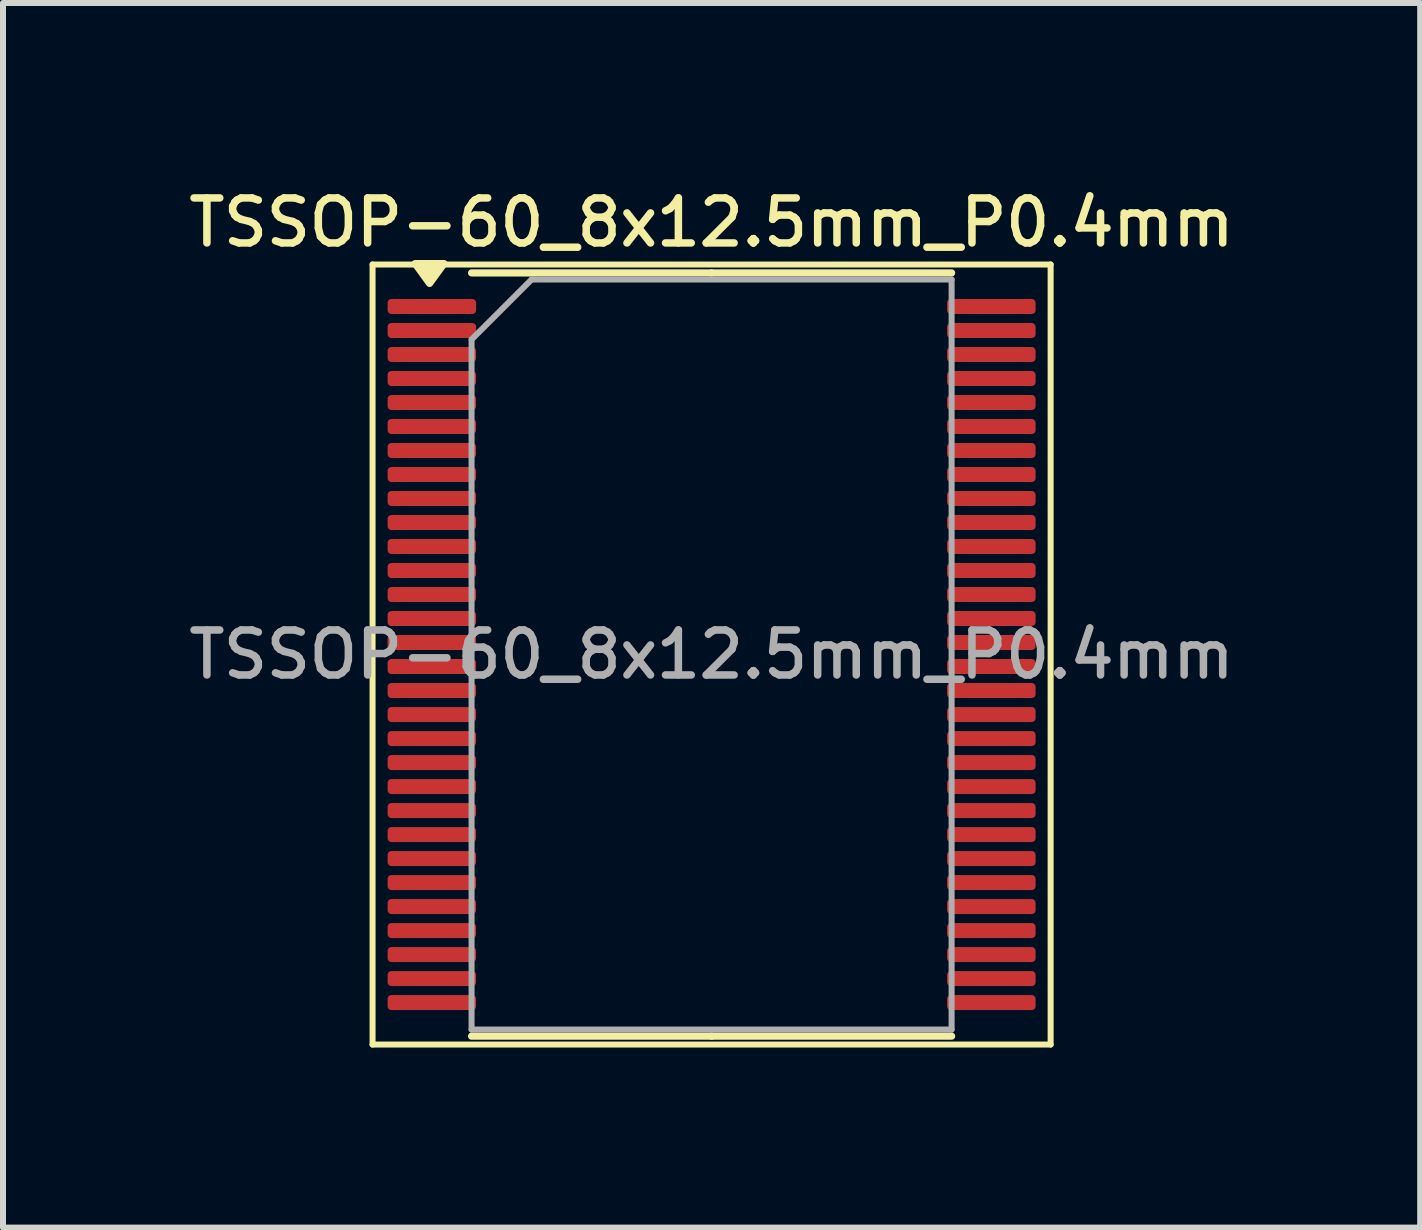
<source format=kicad_pcb>
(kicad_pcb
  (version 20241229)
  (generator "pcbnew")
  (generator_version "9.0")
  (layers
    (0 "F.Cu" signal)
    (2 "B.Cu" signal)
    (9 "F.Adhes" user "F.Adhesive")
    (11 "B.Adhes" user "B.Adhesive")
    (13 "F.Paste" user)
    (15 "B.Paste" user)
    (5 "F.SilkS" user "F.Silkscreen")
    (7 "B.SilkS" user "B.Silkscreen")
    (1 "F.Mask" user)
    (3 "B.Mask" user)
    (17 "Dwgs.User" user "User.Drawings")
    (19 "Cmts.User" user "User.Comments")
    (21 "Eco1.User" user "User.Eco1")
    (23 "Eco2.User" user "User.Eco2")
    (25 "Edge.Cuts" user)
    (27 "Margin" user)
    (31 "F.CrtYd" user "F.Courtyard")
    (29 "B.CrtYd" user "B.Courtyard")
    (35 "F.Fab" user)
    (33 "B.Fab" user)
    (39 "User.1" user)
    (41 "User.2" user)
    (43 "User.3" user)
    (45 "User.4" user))
  (footprint "TSSOP-60_8x12.5mm_P0.4mm"
    (layer "F.Cu")
    (at 8.809 7.858)
    (property "Reference" "TSSOP-60_8x12.5mm_P0.4mm" (at 0 -7.2 0) (layer "F.SilkS") (effects (font (size 0.75 0.75) (thickness 0.125))))
    (attr smd)
    (fp_line (start -5.65 -6.5) (end -5.65 6.5) (stroke (width 0.1) (type solid)) (layer "F.SilkS"))
    (fp_line (start -5.65 6.5) (end 5.65 6.5) (stroke (width 0.1) (type solid)) (layer "F.SilkS"))
    (fp_line (start 0 -6.36) (end -4 -6.36) (stroke (width 0.12) (type solid)) (layer "F.SilkS"))
    (fp_line (start 0 -6.36) (end 4 -6.36) (stroke (width 0.12) (type solid)) (layer "F.SilkS"))
    (fp_line (start 0 6.36) (end -4 6.36) (stroke (width 0.12) (type solid)) (layer "F.SilkS"))
    (fp_line (start 0 6.36) (end 4 6.36) (stroke (width 0.12) (type solid)) (layer "F.SilkS"))
    (fp_line (start 5.65 -6.5) (end -5.65 -6.5) (stroke (width 0.1) (type solid)) (layer "F.SilkS"))
    (fp_line (start 5.65 6.5) (end 5.65 -6.5) (stroke (width 0.1) (type solid)) (layer "F.SilkS"))
    (fp_poly (pts (xy -4.7 -6.185) (xy -4.94 -6.515) (xy -4.46 -6.515) (xy -4.7 -6.185)) (stroke (width 0.12) (type solid)) (fill yes) (layer "F.SilkS"))
    (fp_line (start -4 -5.25) (end -3 -6.25) (stroke (width 0.1) (type solid)) (layer "F.Fab"))
    (fp_line (start -4 6.25) (end -4 -5.25) (stroke (width 0.1) (type solid)) (layer "F.Fab"))
    (fp_line (start -3 -6.25) (end 4 -6.25) (stroke (width 0.1) (type solid)) (layer "F.Fab"))
    (fp_line (start 4 -6.25) (end 4 6.25) (stroke (width 0.1) (type solid)) (layer "F.Fab"))
    (fp_line (start 4 6.25) (end -4 6.25) (stroke (width 0.1) (type solid)) (layer "F.Fab"))
    (fp_text user "${REFERENCE}" (at 0 0 0) (layer "F.Fab") (effects (font (size 0.75 0.75) (thickness 0.125))))
    (pad "1" smd roundrect (at -4.662 -5.8) (size 1.475 0.25) (layers "F.Cu" "F.Mask" "F.Paste") (roundrect_rratio 0.25))
    (pad "2" smd roundrect (at -4.662 -5.4) (size 1.475 0.25) (layers "F.Cu" "F.Mask" "F.Paste") (roundrect_rratio 0.25))
    (pad "3" smd roundrect (at -4.662 -5) (size 1.475 0.25) (layers "F.Cu" "F.Mask" "F.Paste") (roundrect_rratio 0.25))
    (pad "4" smd roundrect (at -4.662 -4.6) (size 1.475 0.25) (layers "F.Cu" "F.Mask" "F.Paste") (roundrect_rratio 0.25))
    (pad "5" smd roundrect (at -4.662 -4.2) (size 1.475 0.25) (layers "F.Cu" "F.Mask" "F.Paste") (roundrect_rratio 0.25))
    (pad "6" smd roundrect (at -4.662 -3.8) (size 1.475 0.25) (layers "F.Cu" "F.Mask" "F.Paste") (roundrect_rratio 0.25))
    (pad "7" smd roundrect (at -4.662 -3.4) (size 1.475 0.25) (layers "F.Cu" "F.Mask" "F.Paste") (roundrect_rratio 0.25))
    (pad "8" smd roundrect (at -4.662 -3) (size 1.475 0.25) (layers "F.Cu" "F.Mask" "F.Paste") (roundrect_rratio 0.25))
    (pad "9" smd roundrect (at -4.662 -2.6) (size 1.475 0.25) (layers "F.Cu" "F.Mask" "F.Paste") (roundrect_rratio 0.25))
    (pad "10" smd roundrect (at -4.662 -2.2) (size 1.475 0.25) (layers "F.Cu" "F.Mask" "F.Paste") (roundrect_rratio 0.25))
    (pad "11" smd roundrect (at -4.662 -1.8) (size 1.475 0.25) (layers "F.Cu" "F.Mask" "F.Paste") (roundrect_rratio 0.25))
    (pad "12" smd roundrect (at -4.662 -1.4) (size 1.475 0.25) (layers "F.Cu" "F.Mask" "F.Paste") (roundrect_rratio 0.25))
    (pad "13" smd roundrect (at -4.662 -1) (size 1.475 0.25) (layers "F.Cu" "F.Mask" "F.Paste") (roundrect_rratio 0.25))
    (pad "14" smd roundrect (at -4.662 -0.6) (size 1.475 0.25) (layers "F.Cu" "F.Mask" "F.Paste") (roundrect_rratio 0.25))
    (pad "15" smd roundrect (at -4.662 -0.2) (size 1.475 0.25) (layers "F.Cu" "F.Mask" "F.Paste") (roundrect_rratio 0.25))
    (pad "16" smd roundrect (at -4.662 0.2) (size 1.475 0.25) (layers "F.Cu" "F.Mask" "F.Paste") (roundrect_rratio 0.25))
    (pad "17" smd roundrect (at -4.662 0.6) (size 1.475 0.25) (layers "F.Cu" "F.Mask" "F.Paste") (roundrect_rratio 0.25))
    (pad "18" smd roundrect (at -4.662 1) (size 1.475 0.25) (layers "F.Cu" "F.Mask" "F.Paste") (roundrect_rratio 0.25))
    (pad "19" smd roundrect (at -4.662 1.4) (size 1.475 0.25) (layers "F.Cu" "F.Mask" "F.Paste") (roundrect_rratio 0.25))
    (pad "20" smd roundrect (at -4.662 1.8) (size 1.475 0.25) (layers "F.Cu" "F.Mask" "F.Paste") (roundrect_rratio 0.25))
    (pad "21" smd roundrect (at -4.662 2.2) (size 1.475 0.25) (layers "F.Cu" "F.Mask" "F.Paste") (roundrect_rratio 0.25))
    (pad "22" smd roundrect (at -4.662 2.6) (size 1.475 0.25) (layers "F.Cu" "F.Mask" "F.Paste") (roundrect_rratio 0.25))
    (pad "23" smd roundrect (at -4.662 3) (size 1.475 0.25) (layers "F.Cu" "F.Mask" "F.Paste") (roundrect_rratio 0.25))
    (pad "24" smd roundrect (at -4.662 3.4) (size 1.475 0.25) (layers "F.Cu" "F.Mask" "F.Paste") (roundrect_rratio 0.25))
    (pad "25" smd roundrect (at -4.662 3.8) (size 1.475 0.25) (layers "F.Cu" "F.Mask" "F.Paste") (roundrect_rratio 0.25))
    (pad "26" smd roundrect (at -4.662 4.2) (size 1.475 0.25) (layers "F.Cu" "F.Mask" "F.Paste") (roundrect_rratio 0.25))
    (pad "27" smd roundrect (at -4.662 4.6) (size 1.475 0.25) (layers "F.Cu" "F.Mask" "F.Paste") (roundrect_rratio 0.25))
    (pad "28" smd roundrect (at -4.662 5) (size 1.475 0.25) (layers "F.Cu" "F.Mask" "F.Paste") (roundrect_rratio 0.25))
    (pad "29" smd roundrect (at -4.662 5.4) (size 1.475 0.25) (layers "F.Cu" "F.Mask" "F.Paste") (roundrect_rratio 0.25))
    (pad "30" smd roundrect (at -4.662 5.8) (size 1.475 0.25) (layers "F.Cu" "F.Mask" "F.Paste") (roundrect_rratio 0.25))
    (pad "31" smd roundrect (at 4.662 5.8) (size 1.475 0.25) (layers "F.Cu" "F.Mask" "F.Paste") (roundrect_rratio 0.25))
    (pad "32" smd roundrect (at 4.662 5.4) (size 1.475 0.25) (layers "F.Cu" "F.Mask" "F.Paste") (roundrect_rratio 0.25))
    (pad "33" smd roundrect (at 4.662 5) (size 1.475 0.25) (layers "F.Cu" "F.Mask" "F.Paste") (roundrect_rratio 0.25))
    (pad "34" smd roundrect (at 4.662 4.6) (size 1.475 0.25) (layers "F.Cu" "F.Mask" "F.Paste") (roundrect_rratio 0.25))
    (pad "35" smd roundrect (at 4.662 4.2) (size 1.475 0.25) (layers "F.Cu" "F.Mask" "F.Paste") (roundrect_rratio 0.25))
    (pad "36" smd roundrect (at 4.662 3.8) (size 1.475 0.25) (layers "F.Cu" "F.Mask" "F.Paste") (roundrect_rratio 0.25))
    (pad "37" smd roundrect (at 4.662 3.4) (size 1.475 0.25) (layers "F.Cu" "F.Mask" "F.Paste") (roundrect_rratio 0.25))
    (pad "38" smd roundrect (at 4.662 3) (size 1.475 0.25) (layers "F.Cu" "F.Mask" "F.Paste") (roundrect_rratio 0.25))
    (pad "39" smd roundrect (at 4.662 2.6) (size 1.475 0.25) (layers "F.Cu" "F.Mask" "F.Paste") (roundrect_rratio 0.25))
    (pad "40" smd roundrect (at 4.662 2.2) (size 1.475 0.25) (layers "F.Cu" "F.Mask" "F.Paste") (roundrect_rratio 0.25))
    (pad "41" smd roundrect (at 4.662 1.8) (size 1.475 0.25) (layers "F.Cu" "F.Mask" "F.Paste") (roundrect_rratio 0.25))
    (pad "42" smd roundrect (at 4.662 1.4) (size 1.475 0.25) (layers "F.Cu" "F.Mask" "F.Paste") (roundrect_rratio 0.25))
    (pad "43" smd roundrect (at 4.662 1) (size 1.475 0.25) (layers "F.Cu" "F.Mask" "F.Paste") (roundrect_rratio 0.25))
    (pad "44" smd roundrect (at 4.662 0.6) (size 1.475 0.25) (layers "F.Cu" "F.Mask" "F.Paste") (roundrect_rratio 0.25))
    (pad "45" smd roundrect (at 4.662 0.2) (size 1.475 0.25) (layers "F.Cu" "F.Mask" "F.Paste") (roundrect_rratio 0.25))
    (pad "46" smd roundrect (at 4.662 -0.2) (size 1.475 0.25) (layers "F.Cu" "F.Mask" "F.Paste") (roundrect_rratio 0.25))
    (pad "47" smd roundrect (at 4.662 -0.6) (size 1.475 0.25) (layers "F.Cu" "F.Mask" "F.Paste") (roundrect_rratio 0.25))
    (pad "48" smd roundrect (at 4.662 -1) (size 1.475 0.25) (layers "F.Cu" "F.Mask" "F.Paste") (roundrect_rratio 0.25))
    (pad "49" smd roundrect (at 4.662 -1.4) (size 1.475 0.25) (layers "F.Cu" "F.Mask" "F.Paste") (roundrect_rratio 0.25))
    (pad "50" smd roundrect (at 4.662 -1.8) (size 1.475 0.25) (layers "F.Cu" "F.Mask" "F.Paste") (roundrect_rratio 0.25))
    (pad "51" smd roundrect (at 4.662 -2.2) (size 1.475 0.25) (layers "F.Cu" "F.Mask" "F.Paste") (roundrect_rratio 0.25))
    (pad "52" smd roundrect (at 4.662 -2.6) (size 1.475 0.25) (layers "F.Cu" "F.Mask" "F.Paste") (roundrect_rratio 0.25))
    (pad "53" smd roundrect (at 4.662 -3) (size 1.475 0.25) (layers "F.Cu" "F.Mask" "F.Paste") (roundrect_rratio 0.25))
    (pad "54" smd roundrect (at 4.662 -3.4) (size 1.475 0.25) (layers "F.Cu" "F.Mask" "F.Paste") (roundrect_rratio 0.25))
    (pad "55" smd roundrect (at 4.662 -3.8) (size 1.475 0.25) (layers "F.Cu" "F.Mask" "F.Paste") (roundrect_rratio 0.25))
    (pad "56" smd roundrect (at 4.662 -4.2) (size 1.475 0.25) (layers "F.Cu" "F.Mask" "F.Paste") (roundrect_rratio 0.25))
    (pad "57" smd roundrect (at 4.662 -4.6) (size 1.475 0.25) (layers "F.Cu" "F.Mask" "F.Paste") (roundrect_rratio 0.25))
    (pad "58" smd roundrect (at 4.662 -5) (size 1.475 0.25) (layers "F.Cu" "F.Mask" "F.Paste") (roundrect_rratio 0.25))
    (pad "59" smd roundrect (at 4.662 -5.4) (size 1.475 0.25) (layers "F.Cu" "F.Mask" "F.Paste") (roundrect_rratio 0.25))
    (pad "60" smd roundrect (at 4.662 -5.8) (size 1.475 0.25) (layers "F.Cu" "F.Mask" "F.Paste") (roundrect_rratio 0.25)))
  (gr_rect
    (start -3 -3)
    (end 20.618 17.408)
    (stroke (width 0.1) (type default))
    (fill no)
    (layer "Edge.Cuts")))
</source>
